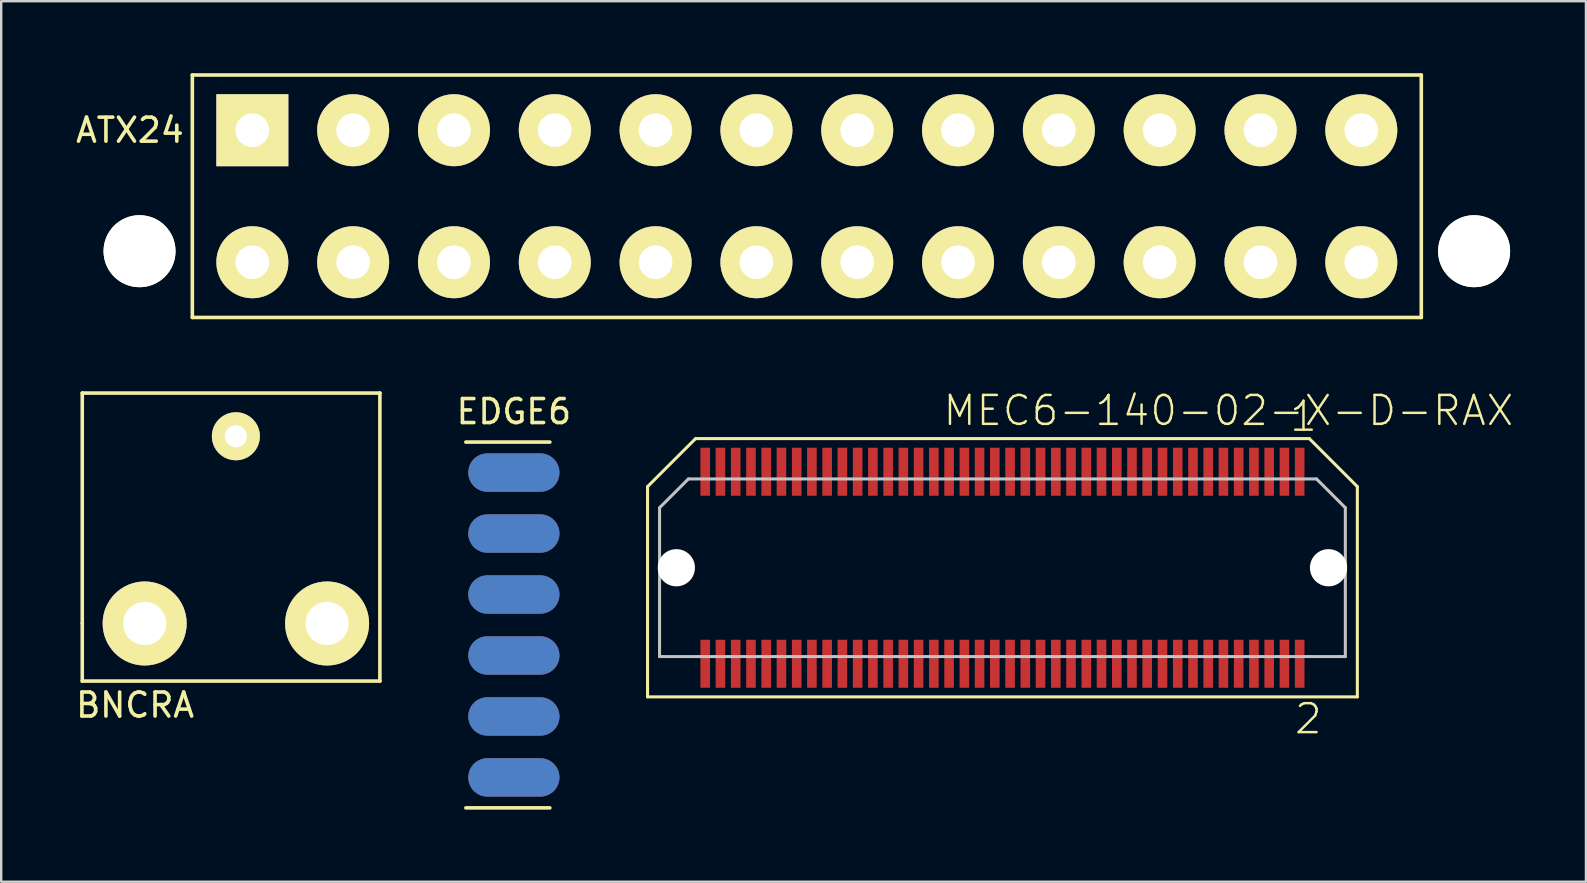
<source format=kicad_pcb>
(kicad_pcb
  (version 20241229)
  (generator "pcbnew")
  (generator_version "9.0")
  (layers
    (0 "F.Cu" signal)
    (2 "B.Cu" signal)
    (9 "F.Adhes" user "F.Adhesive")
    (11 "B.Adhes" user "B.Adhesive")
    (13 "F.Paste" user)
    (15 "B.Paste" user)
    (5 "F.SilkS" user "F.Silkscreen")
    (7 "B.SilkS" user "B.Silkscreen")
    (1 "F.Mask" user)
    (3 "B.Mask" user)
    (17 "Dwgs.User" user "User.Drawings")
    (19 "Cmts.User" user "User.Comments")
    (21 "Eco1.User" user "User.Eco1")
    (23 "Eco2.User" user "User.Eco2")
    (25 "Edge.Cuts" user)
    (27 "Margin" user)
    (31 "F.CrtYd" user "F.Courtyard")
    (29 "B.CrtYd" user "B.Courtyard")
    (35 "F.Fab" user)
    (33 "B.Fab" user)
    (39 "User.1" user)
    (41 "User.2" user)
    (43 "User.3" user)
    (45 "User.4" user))
  (footprint "ATX24"
    (layer "F.Cu")
    (at 7.463 2.375)
    (property "Reference" "ATX24" (at -5.1 0 0) (layer "F.SilkS") (effects (font (size 1 1) (thickness 0.15))))
    (attr through_hole)
    (fp_line (start -2.5 -2.3) (end 48.7 -2.3) (stroke (width 0.15) (type solid)) (layer "F.SilkS"))
    (fp_line (start -2.5 7.8) (end -2.5 -2.3) (stroke (width 0.15) (type solid)) (layer "F.SilkS"))
    (fp_line (start 48.7 -2.3) (end 48.7 7.8) (stroke (width 0.15) (type solid)) (layer "F.SilkS"))
    (fp_line (start 48.7 7.8) (end -2.5 7.8) (stroke (width 0.15) (type solid)) (layer "F.SilkS"))
    (pad "" np_thru_hole circle (at -4.7 5.04) (size 3 3) (drill 3) (layers "*.Cu" "*.Mask" "F.SilkS"))
    (pad "" np_thru_hole circle (at 50.9 5.04) (size 3 3) (drill 3) (layers "*.Cu" "*.Mask" "F.SilkS"))
    (pad "1" thru_hole rect (at 0 0) (size 3 3) (drill 1.4) (layers "*.Cu" "*.Mask" "F.SilkS"))
    (pad "2" thru_hole circle (at 4.2 0) (size 3 3) (drill 1.4) (layers "*.Cu" "*.Mask" "F.SilkS"))
    (pad "3" thru_hole circle (at 8.4 0) (size 3 3) (drill 1.4) (layers "*.Cu" "*.Mask" "F.SilkS"))
    (pad "4" thru_hole circle (at 12.6 0) (size 3 3) (drill 1.4) (layers "*.Cu" "*.Mask" "F.SilkS"))
    (pad "5" thru_hole circle (at 16.8 0) (size 3 3) (drill 1.4) (layers "*.Cu" "*.Mask" "F.SilkS"))
    (pad "6" thru_hole circle (at 21 0) (size 3 3) (drill 1.4) (layers "*.Cu" "*.Mask" "F.SilkS"))
    (pad "7" thru_hole circle (at 25.2 0) (size 3 3) (drill 1.4) (layers "*.Cu" "*.Mask" "F.SilkS"))
    (pad "8" thru_hole circle (at 29.4 0) (size 3 3) (drill 1.4) (layers "*.Cu" "*.Mask" "F.SilkS"))
    (pad "9" thru_hole circle (at 33.6 0) (size 3 3) (drill 1.4) (layers "*.Cu" "*.Mask" "F.SilkS"))
    (pad "10" thru_hole circle (at 37.8 0) (size 3 3) (drill 1.4) (layers "*.Cu" "*.Mask" "F.SilkS"))
    (pad "11" thru_hole circle (at 42 0) (size 3 3) (drill 1.4) (layers "*.Cu" "*.Mask" "F.SilkS"))
    (pad "12" thru_hole circle (at 46.2 0) (size 3 3) (drill 1.4) (layers "*.Cu" "*.Mask" "F.SilkS"))
    (pad "13" thru_hole circle (at 0 5.5) (size 3 3) (drill 1.4) (layers "*.Cu" "*.Mask" "F.SilkS"))
    (pad "14" thru_hole circle (at 4.2 5.5) (size 3 3) (drill 1.4) (layers "*.Cu" "*.Mask" "F.SilkS"))
    (pad "15" thru_hole circle (at 8.4 5.5) (size 3 3) (drill 1.4) (layers "*.Cu" "*.Mask" "F.SilkS"))
    (pad "16" thru_hole circle (at 12.6 5.5) (size 3 3) (drill 1.4) (layers "*.Cu" "*.Mask" "F.SilkS"))
    (pad "17" thru_hole circle (at 16.8 5.5) (size 3 3) (drill 1.4) (layers "*.Cu" "*.Mask" "F.SilkS"))
    (pad "18" thru_hole circle (at 21 5.5) (size 3 3) (drill 1.4) (layers "*.Cu" "*.Mask" "F.SilkS"))
    (pad "19" thru_hole circle (at 25.2 5.5) (size 3 3) (drill 1.4) (layers "*.Cu" "*.Mask" "F.SilkS"))
    (pad "20" thru_hole circle (at 29.4 5.5) (size 3 3) (drill 1.4) (layers "*.Cu" "*.Mask" "F.SilkS"))
    (pad "21" thru_hole circle (at 33.6 5.5) (size 3 3) (drill 1.4) (layers "*.Cu" "*.Mask" "F.SilkS"))
    (pad "22" thru_hole circle (at 37.8 5.5) (size 3 3) (drill 1.4) (layers "*.Cu" "*.Mask" "F.SilkS"))
    (pad "23" thru_hole circle (at 42 5.5) (size 3 3) (drill 1.4) (layers "*.Cu" "*.Mask" "F.SilkS"))
    (pad "24" thru_hole circle (at 46.2 5.5) (size 3 3) (drill 1.4) (layers "*.Cu" "*.Mask" "F.SilkS")))
  (footprint "MEC6-140-02-X-D-RAX"
    (layer "F.Cu")
    (at 38.713 20.603)
    (property "Reference" "MEC6-140-02-X-D-RAX" (at -2.54 -5.842 0) (layer "F.SilkS") (effects (font (size 1.206 1.206) (thickness 0.102)) (justify left bottom)))
    (attr through_hole)
    (fp_line (start -14.785 -3.38) (end -12.785 -5.38) (stroke (width 0.127) (type solid)) (layer "F.SilkS"))
    (fp_line (start -14.785 5.38) (end -14.785 -3.38) (stroke (width 0.127) (type solid)) (layer "F.SilkS"))
    (fp_line (start -12.785 -5.38) (end 12.785 -5.38) (stroke (width 0.127) (type solid)) (layer "F.SilkS"))
    (fp_line (start 12.785 -5.38) (end 14.785 -3.38) (stroke (width 0.127) (type solid)) (layer "F.SilkS"))
    (fp_line (start 14.785 -3.38) (end 14.785 5.38) (stroke (width 0.127) (type solid)) (layer "F.SilkS"))
    (fp_line (start 14.785 5.38) (end -14.785 5.38) (stroke (width 0.127) (type solid)) (layer "F.SilkS"))
    (fp_line (start -14.285 -2.5) (end -13.085 -3.7) (stroke (width 0.127) (type solid)) (layer "Dwgs.User"))
    (fp_line (start -14.285 3.7) (end -14.285 -2.5) (stroke (width 0.127) (type solid)) (layer "Dwgs.User"))
    (fp_line (start -13.085 -3.7) (end 13.085 -3.7) (stroke (width 0.127) (type solid)) (layer "Dwgs.User"))
    (fp_line (start 13.085 -3.7) (end 14.285 -2.5) (stroke (width 0.127) (type solid)) (layer "Dwgs.User"))
    (fp_line (start 14.285 -2.5) (end 14.285 3.7) (stroke (width 0.127) (type solid)) (layer "Dwgs.User"))
    (fp_line (start 14.285 3.7) (end -14.285 3.7) (stroke (width 0.127) (type solid)) (layer "Dwgs.User"))
    (fp_text user "2" (at 12.1 7 0) (layer "F.SilkS") (effects (font (size 1.206 1.206) (thickness 0.102)) (justify left bottom)))
    (fp_text user "1" (at 11.9 -5.6 0) (layer "F.SilkS") (effects (font (size 1.206 1.206) (thickness 0.102)) (justify left bottom)))
    (pad "" np_thru_hole circle (at -13.585 0) (size 1.55 1.55) (drill 1.55) (layers "*.Cu"))
    (pad "" np_thru_hole circle (at 13.585 0) (size 1.55 1.55) (drill 1.55) (layers "*.Cu"))
    (pad "1" smd rect (at 12.383 -4) (size 0.4 2) (layers "F.Cu" "F.Mask" "F.Paste"))
    (pad "2" smd rect (at 12.383 4) (size 0.4 2) (layers "F.Cu" "F.Mask" "F.Paste"))
    (pad "3" smd rect (at 11.748 -4) (size 0.4 2) (layers "F.Cu" "F.Mask" "F.Paste"))
    (pad "4" smd rect (at 11.748 4) (size 0.4 2) (layers "F.Cu" "F.Mask" "F.Paste"))
    (pad "5" smd rect (at 11.113 -4) (size 0.4 2) (layers "F.Cu" "F.Mask" "F.Paste"))
    (pad "6" smd rect (at 11.113 4) (size 0.4 2) (layers "F.Cu" "F.Mask" "F.Paste"))
    (pad "7" smd rect (at 10.477 -4) (size 0.4 2) (layers "F.Cu" "F.Mask" "F.Paste"))
    (pad "8" smd rect (at 10.477 4) (size 0.4 2) (layers "F.Cu" "F.Mask" "F.Paste"))
    (pad "9" smd rect (at 9.842 -4) (size 0.4 2) (layers "F.Cu" "F.Mask" "F.Paste"))
    (pad "10" smd rect (at 9.842 4) (size 0.4 2) (layers "F.Cu" "F.Mask" "F.Paste"))
    (pad "11" smd rect (at 9.207 -4) (size 0.4 2) (layers "F.Cu" "F.Mask" "F.Paste"))
    (pad "12" smd rect (at 9.207 4) (size 0.4 2) (layers "F.Cu" "F.Mask" "F.Paste"))
    (pad "13" smd rect (at 8.572 -4) (size 0.4 2) (layers "F.Cu" "F.Mask" "F.Paste"))
    (pad "14" smd rect (at 8.572 4) (size 0.4 2) (layers "F.Cu" "F.Mask" "F.Paste"))
    (pad "15" smd rect (at 7.938 -4) (size 0.4 2) (layers "F.Cu" "F.Mask" "F.Paste"))
    (pad "16" smd rect (at 7.938 4) (size 0.4 2) (layers "F.Cu" "F.Mask" "F.Paste"))
    (pad "17" smd rect (at 7.303 -4) (size 0.4 2) (layers "F.Cu" "F.Mask" "F.Paste"))
    (pad "18" smd rect (at 7.303 4) (size 0.4 2) (layers "F.Cu" "F.Mask" "F.Paste"))
    (pad "19" smd rect (at 6.668 -4) (size 0.4 2) (layers "F.Cu" "F.Mask" "F.Paste"))
    (pad "20" smd rect (at 6.668 4) (size 0.4 2) (layers "F.Cu" "F.Mask" "F.Paste"))
    (pad "21" smd rect (at 6.032 -4) (size 0.4 2) (layers "F.Cu" "F.Mask" "F.Paste"))
    (pad "22" smd rect (at 6.032 4) (size 0.4 2) (layers "F.Cu" "F.Mask" "F.Paste"))
    (pad "23" smd rect (at 5.397 -4) (size 0.4 2) (layers "F.Cu" "F.Mask" "F.Paste"))
    (pad "24" smd rect (at 5.397 4) (size 0.4 2) (layers "F.Cu" "F.Mask" "F.Paste"))
    (pad "25" smd rect (at 4.763 -4) (size 0.4 2) (layers "F.Cu" "F.Mask" "F.Paste"))
    (pad "26" smd rect (at 4.763 4) (size 0.4 2) (layers "F.Cu" "F.Mask" "F.Paste"))
    (pad "27" smd rect (at 4.128 -4) (size 0.4 2) (layers "F.Cu" "F.Mask" "F.Paste"))
    (pad "28" smd rect (at 4.128 4) (size 0.4 2) (layers "F.Cu" "F.Mask" "F.Paste"))
    (pad "29" smd rect (at 3.493 -4) (size 0.4 2) (layers "F.Cu" "F.Mask" "F.Paste"))
    (pad "30" smd rect (at 3.493 4) (size 0.4 2) (layers "F.Cu" "F.Mask" "F.Paste"))
    (pad "31" smd rect (at 2.857 -4) (size 0.4 2) (layers "F.Cu" "F.Mask" "F.Paste"))
    (pad "32" smd rect (at 2.857 4) (size 0.4 2) (layers "F.Cu" "F.Mask" "F.Paste"))
    (pad "33" smd rect (at 2.223 -4) (size 0.4 2) (layers "F.Cu" "F.Mask" "F.Paste"))
    (pad "34" smd rect (at 2.223 4) (size 0.4 2) (layers "F.Cu" "F.Mask" "F.Paste"))
    (pad "35" smd rect (at 1.587 -4) (size 0.4 2) (layers "F.Cu" "F.Mask" "F.Paste"))
    (pad "36" smd rect (at 1.587 4) (size 0.4 2) (layers "F.Cu" "F.Mask" "F.Paste"))
    (pad "37" smd rect (at 0.953 -4) (size 0.4 2) (layers "F.Cu" "F.Mask" "F.Paste"))
    (pad "38" smd rect (at 0.953 4) (size 0.4 2) (layers "F.Cu" "F.Mask" "F.Paste"))
    (pad "39" smd rect (at 0.318 -4) (size 0.4 2) (layers "F.Cu" "F.Mask" "F.Paste"))
    (pad "40" smd rect (at 0.318 4) (size 0.4 2) (layers "F.Cu" "F.Mask" "F.Paste"))
    (pad "41" smd rect (at -0.318 -4) (size 0.4 2) (layers "F.Cu" "F.Mask" "F.Paste"))
    (pad "42" smd rect (at -0.318 4) (size 0.4 2) (layers "F.Cu" "F.Mask" "F.Paste"))
    (pad "43" smd rect (at -0.953 -4) (size 0.4 2) (layers "F.Cu" "F.Mask" "F.Paste"))
    (pad "44" smd rect (at -0.953 4) (size 0.4 2) (layers "F.Cu" "F.Mask" "F.Paste"))
    (pad "45" smd rect (at -1.587 -4) (size 0.4 2) (layers "F.Cu" "F.Mask" "F.Paste"))
    (pad "46" smd rect (at -1.587 4) (size 0.4 2) (layers "F.Cu" "F.Mask" "F.Paste"))
    (pad "47" smd rect (at -2.223 -4) (size 0.4 2) (layers "F.Cu" "F.Mask" "F.Paste"))
    (pad "48" smd rect (at -2.223 4) (size 0.4 2) (layers "F.Cu" "F.Mask" "F.Paste"))
    (pad "49" smd rect (at -2.857 -4) (size 0.4 2) (layers "F.Cu" "F.Mask" "F.Paste"))
    (pad "50" smd rect (at -2.857 4) (size 0.4 2) (layers "F.Cu" "F.Mask" "F.Paste"))
    (pad "51" smd rect (at -3.493 -4) (size 0.4 2) (layers "F.Cu" "F.Mask" "F.Paste"))
    (pad "52" smd rect (at -3.493 4) (size 0.4 2) (layers "F.Cu" "F.Mask" "F.Paste"))
    (pad "53" smd rect (at -4.128 -4) (size 0.4 2) (layers "F.Cu" "F.Mask" "F.Paste"))
    (pad "54" smd rect (at -4.128 4) (size 0.4 2) (layers "F.Cu" "F.Mask" "F.Paste"))
    (pad "55" smd rect (at -4.763 -4) (size 0.4 2) (layers "F.Cu" "F.Mask" "F.Paste"))
    (pad "56" smd rect (at -4.763 4) (size 0.4 2) (layers "F.Cu" "F.Mask" "F.Paste"))
    (pad "57" smd rect (at -5.397 -4) (size 0.4 2) (layers "F.Cu" "F.Mask" "F.Paste"))
    (pad "58" smd rect (at -5.397 4) (size 0.4 2) (layers "F.Cu" "F.Mask" "F.Paste"))
    (pad "59" smd rect (at -6.032 -4) (size 0.4 2) (layers "F.Cu" "F.Mask" "F.Paste"))
    (pad "60" smd rect (at -6.032 4) (size 0.4 2) (layers "F.Cu" "F.Mask" "F.Paste"))
    (pad "61" smd rect (at -6.668 -4) (size 0.4 2) (layers "F.Cu" "F.Mask" "F.Paste"))
    (pad "62" smd rect (at -6.668 4) (size 0.4 2) (layers "F.Cu" "F.Mask" "F.Paste"))
    (pad "63" smd rect (at -7.303 -4) (size 0.4 2) (layers "F.Cu" "F.Mask" "F.Paste"))
    (pad "64" smd rect (at -7.303 4) (size 0.4 2) (layers "F.Cu" "F.Mask" "F.Paste"))
    (pad "65" smd rect (at -7.938 -4) (size 0.4 2) (layers "F.Cu" "F.Mask" "F.Paste"))
    (pad "66" smd rect (at -7.938 4) (size 0.4 2) (layers "F.Cu" "F.Mask" "F.Paste"))
    (pad "67" smd rect (at -8.572 -4) (size 0.4 2) (layers "F.Cu" "F.Mask" "F.Paste"))
    (pad "68" smd rect (at -8.572 4) (size 0.4 2) (layers "F.Cu" "F.Mask" "F.Paste"))
    (pad "69" smd rect (at -9.207 -4) (size 0.4 2) (layers "F.Cu" "F.Mask" "F.Paste"))
    (pad "70" smd rect (at -9.207 4) (size 0.4 2) (layers "F.Cu" "F.Mask" "F.Paste"))
    (pad "71" smd rect (at -9.842 -4) (size 0.4 2) (layers "F.Cu" "F.Mask" "F.Paste"))
    (pad "72" smd rect (at -9.842 4) (size 0.4 2) (layers "F.Cu" "F.Mask" "F.Paste"))
    (pad "73" smd rect (at -10.477 -4) (size 0.4 2) (layers "F.Cu" "F.Mask" "F.Paste"))
    (pad "74" smd rect (at -10.477 4) (size 0.4 2) (layers "F.Cu" "F.Mask" "F.Paste"))
    (pad "75" smd rect (at -11.113 -4) (size 0.4 2) (layers "F.Cu" "F.Mask" "F.Paste"))
    (pad "76" smd rect (at -11.113 4) (size 0.4 2) (layers "F.Cu" "F.Mask" "F.Paste"))
    (pad "77" smd rect (at -11.748 -4) (size 0.4 2) (layers "F.Cu" "F.Mask" "F.Paste"))
    (pad "78" smd rect (at -11.748 4) (size 0.4 2) (layers "F.Cu" "F.Mask" "F.Paste"))
    (pad "79" smd rect (at -12.383 -4) (size 0.4 2) (layers "F.Cu" "F.Mask" "F.Paste"))
    (pad "80" smd rect (at -12.383 4) (size 0.4 2) (layers "F.Cu" "F.Mask" "F.Paste")))
  (footprint "EDGE6"
    (layer "F.Cu")
    (at 18.358 16.638)
    (property "Reference" "EDGE6" (at 0 -2.54 0) (layer "F.SilkS") (effects (font (size 1 1) (thickness 0.15))))
    (attr through_hole)
    (fp_line (start -2 13.97) (end 1.5 13.97) (stroke (width 0.15) (type solid)) (layer "F.SilkS"))
    (fp_line (start 1.5 -1.27) (end -2 -1.27) (stroke (width 0.15) (type solid)) (layer "F.SilkS"))
    (pad "1" smd oval (at 0 12.7) (size 3.8 1.6) (layers "B.Cu" "B.Mask" "B.Paste"))
    (pad "2" smd oval (at 0 12.7) (size 3.8 1.6) (layers "F.Cu" "F.Mask" "F.Paste"))
    (pad "3" smd oval (at 0 10.16) (size 3.8 1.6) (layers "B.Cu" "B.Mask" "B.Paste"))
    (pad "4" smd oval (at 0 10.16) (size 3.8 1.6) (layers "F.Cu" "F.Mask" "F.Paste"))
    (pad "5" smd oval (at 0 7.62) (size 3.8 1.6) (layers "B.Cu" "B.Mask" "B.Paste"))
    (pad "6" smd oval (at 0 7.62) (size 3.8 1.6) (layers "F.Cu" "F.Mask" "F.Paste"))
    (pad "7" smd oval (at 0 5.08) (size 3.8 1.6) (layers "B.Cu" "B.Mask" "B.Paste"))
    (pad "8" smd oval (at 0 5.08) (size 3.8 1.6) (layers "F.Cu" "F.Mask" "F.Paste"))
    (pad "9" smd oval (at 0 2.54) (size 3.8 1.6) (layers "B.Cu" "B.Mask" "B.Paste"))
    (pad "10" smd oval (at 0 2.54) (size 3.8 1.6) (layers "F.Cu" "F.Mask" "F.Paste"))
    (pad "11" smd oval (at 0 0) (size 3.8 1.6) (layers "B.Cu" "B.Mask" "B.Paste"))
    (pad "12" smd oval (at 0 0) (size 3.8 1.6) (layers "F.Cu" "F.Mask" "F.Paste")))
  (footprint "BNCRA"
    (layer "F.Cu")
    (at 6.777 22.925)
    (property "Reference" "BNCRA" (at -4.2 3.4 0) (layer "F.SilkS") (effects (font (size 1 1) (thickness 0.15))))
    (attr through_hole)
    (fp_line (start -6.4 -9.6) (end 6 -9.6) (stroke (width 0.15) (type solid)) (layer "F.SilkS"))
    (fp_line (start -6.4 0) (end -6.4 -9.6) (stroke (width 0.15) (type solid)) (layer "F.SilkS"))
    (fp_line (start -6.4 2.4) (end -6.4 0) (stroke (width 0.15) (type solid)) (layer "F.SilkS"))
    (fp_line (start 6 -9.6) (end 6 2.4) (stroke (width 0.15) (type solid)) (layer "F.SilkS"))
    (fp_line (start 6 2.4) (end -6.4 2.4) (stroke (width 0.15) (type solid)) (layer "F.SilkS"))
    (pad "1" thru_hole circle (at 0 -7.8) (size 2 2) (drill 0.92) (layers "*.Cu" "*.Mask" "F.SilkS"))
    (pad "2" thru_hole circle (at -3.8 0) (size 3.5 3.5) (drill 1.8) (layers "*.Cu" "*.Mask" "F.SilkS"))
    (pad "2" thru_hole circle (at 3.8 0) (size 3.5 3.5) (drill 1.8) (layers "*.Cu" "*.Mask" "F.SilkS")))
  (gr_rect
    (start -3 -3)
    (end 63.022 33.683)
    (stroke (width 0.1) (type default))
    (fill no)
    (layer "Edge.Cuts")))
</source>
